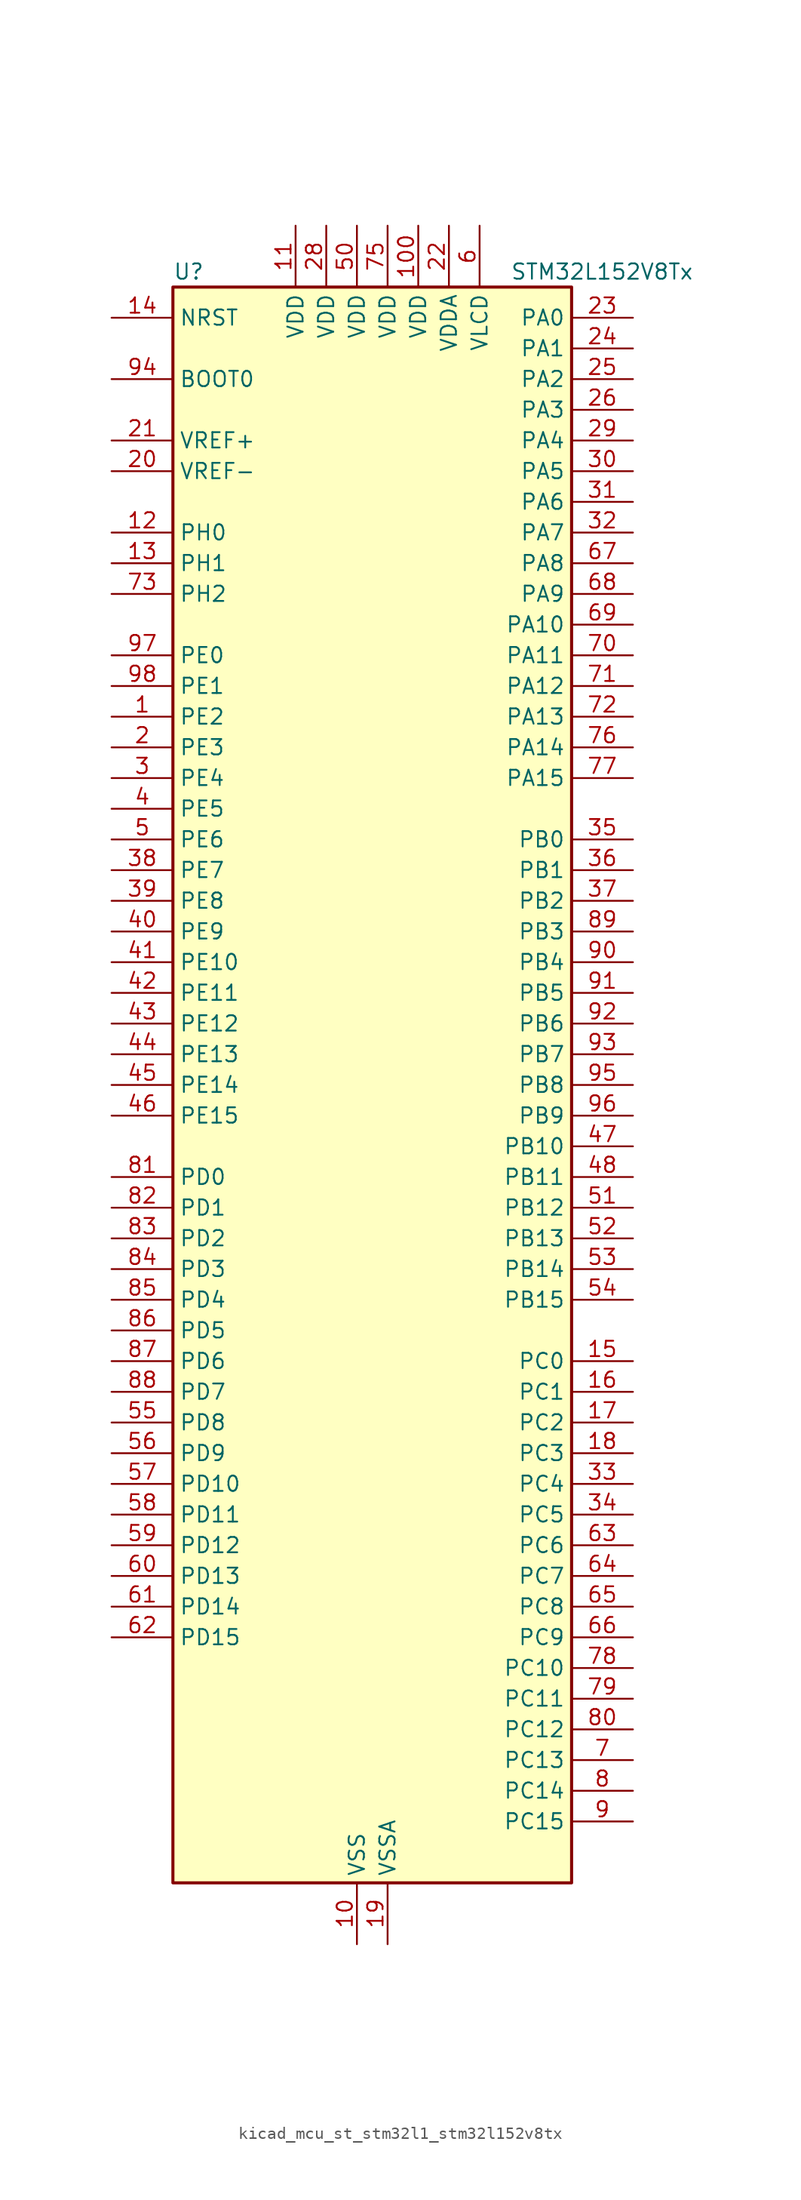
<source format=kicad_sym>
(kicad_symbol_lib
  (version 20220914)
  (generator kicad_symbol_editor)
  (symbol "kicad_mcu_st_stm32l1_stm32l152v8tx"
    (property "Reference" "U"
      (at -15.24 67.31 0)
      (effects (font (size 1.27 1.27)) (justify left)))
    (property "Value" "STM32L152V8Tx"
      (at 12.7 67.31 0)
      (effects (font (size 1.27 1.27)) (justify left)))
    (property "ki_locked" ""
      (at 0 0 0)
      (effects (font (size 1.27 1.27))))
    (symbol "kicad_mcu_st_stm32l1_stm32l152v8tx_0_1"
      (rectangle (start -15.24 -66.04) (end 17.78 66.04) (stroke (width 0.254) (type default)) (fill (type background))))
    (symbol "kicad_mcu_st_stm32l1_stm32l152v8tx_1_1"
      (pin bidirectional line (at -20.32 30.48 0) (length 5.08) (name "PE2" (effects (font (size 1.27 1.27)))) (number "1" (effects (font (size 1.27 1.27)))) (alternate "LCD_SEG38" bidirectional line) (alternate "SYS_TRACECK" bidirectional line) (alternate "TIM3_ETR" bidirectional line) (alternate "TIMX_IC3" bidirectional line))
      (pin power_in line (at 0 -71.12 90) (length 5.08) (name "VSS" (effects (font (size 1.27 1.27)))) (number "10" (effects (font (size 1.27 1.27)))))
      (pin power_in line (at 5.08 71.12 270) (length 5.08) (name "VDD" (effects (font (size 1.27 1.27)))) (number "100" (effects (font (size 1.27 1.27)))))
      (pin power_in line (at -5.08 71.12 270) (length 5.08) (name "VDD" (effects (font (size 1.27 1.27)))) (number "11" (effects (font (size 1.27 1.27)))))
      (pin bidirectional line (at -20.32 45.72 0) (length 5.08) (name "PH0" (effects (font (size 1.27 1.27)))) (number "12" (effects (font (size 1.27 1.27)))) (alternate "RCC_OSC_IN" bidirectional line))
      (pin bidirectional line (at -20.32 43.18 0) (length 5.08) (name "PH1" (effects (font (size 1.27 1.27)))) (number "13" (effects (font (size 1.27 1.27)))) (alternate "RCC_OSC_OUT" bidirectional line))
      (pin input line (at -20.32 63.5 0) (length 5.08) (name "NRST" (effects (font (size 1.27 1.27)))) (number "14" (effects (font (size 1.27 1.27)))))
      (pin bidirectional line (at 22.86 -22.86 180) (length 5.08) (name "PC0" (effects (font (size 1.27 1.27)))) (number "15" (effects (font (size 1.27 1.27)))) (alternate "ADC_IN10" bidirectional line) (alternate "COMP1_INP" bidirectional line) (alternate "LCD_SEG18" bidirectional line) (alternate "TIMX_IC1" bidirectional line) (alternate "TS_G8_IO1" bidirectional line))
      (pin bidirectional line (at 22.86 -25.4 180) (length 5.08) (name "PC1" (effects (font (size 1.27 1.27)))) (number "16" (effects (font (size 1.27 1.27)))) (alternate "ADC_IN11" bidirectional line) (alternate "COMP1_INP" bidirectional line) (alternate "LCD_SEG19" bidirectional line) (alternate "TIMX_IC2" bidirectional line) (alternate "TS_G8_IO2" bidirectional line))
      (pin bidirectional line (at 22.86 -27.94 180) (length 5.08) (name "PC2" (effects (font (size 1.27 1.27)))) (number "17" (effects (font (size 1.27 1.27)))) (alternate "ADC_IN12" bidirectional line) (alternate "COMP1_INP" bidirectional line) (alternate "LCD_SEG20" bidirectional line) (alternate "TIMX_IC3" bidirectional line) (alternate "TS_G8_IO3" bidirectional line))
      (pin bidirectional line (at 22.86 -30.48 180) (length 5.08) (name "PC3" (effects (font (size 1.27 1.27)))) (number "18" (effects (font (size 1.27 1.27)))) (alternate "ADC_IN13" bidirectional line) (alternate "COMP1_INP" bidirectional line) (alternate "LCD_SEG21" bidirectional line) (alternate "TIMX_IC4" bidirectional line) (alternate "TS_G8_IO4" bidirectional line))
      (pin power_in line (at 2.54 -71.12 90) (length 5.08) (name "VSSA" (effects (font (size 1.27 1.27)))) (number "19" (effects (font (size 1.27 1.27)))))
      (pin bidirectional line (at -20.32 27.94 0) (length 5.08) (name "PE3" (effects (font (size 1.27 1.27)))) (number "2" (effects (font (size 1.27 1.27)))) (alternate "LCD_SEG39" bidirectional line) (alternate "SYS_TRACED0" bidirectional line) (alternate "TIM3_CH1" bidirectional line) (alternate "TIMX_IC4" bidirectional line))
      (pin input line (at -20.32 50.8 0) (length 5.08) (name "VREF-" (effects (font (size 1.27 1.27)))) (number "20" (effects (font (size 1.27 1.27)))))
      (pin input line (at -20.32 53.34 0) (length 5.08) (name "VREF+" (effects (font (size 1.27 1.27)))) (number "21" (effects (font (size 1.27 1.27)))))
      (pin power_in line (at 7.62 71.12 270) (length 5.08) (name "VDDA" (effects (font (size 1.27 1.27)))) (number "22" (effects (font (size 1.27 1.27)))))
      (pin bidirectional line (at 22.86 63.5 180) (length 5.08) (name "PA0" (effects (font (size 1.27 1.27)))) (number "23" (effects (font (size 1.27 1.27)))) (alternate "ADC_IN0" bidirectional line) (alternate "COMP1_INP" bidirectional line) (alternate "SYS_WKUP1" bidirectional line) (alternate "TIM2_CH1" bidirectional line) (alternate "TIM2_ETR" bidirectional line) (alternate "TIMX_IC1" bidirectional line) (alternate "TS_G1_IO1" bidirectional line) (alternate "USART2_CTS" bidirectional line))
      (pin bidirectional line (at 22.86 60.96 180) (length 5.08) (name "PA1" (effects (font (size 1.27 1.27)))) (number "24" (effects (font (size 1.27 1.27)))) (alternate "ADC_IN1" bidirectional line) (alternate "COMP1_INP" bidirectional line) (alternate "LCD_SEG0" bidirectional line) (alternate "TIM2_CH2" bidirectional line) (alternate "TIMX_IC2" bidirectional line) (alternate "TS_G1_IO2" bidirectional line) (alternate "USART2_RTS" bidirectional line))
      (pin bidirectional line (at 22.86 58.42 180) (length 5.08) (name "PA2" (effects (font (size 1.27 1.27)))) (number "25" (effects (font (size 1.27 1.27)))) (alternate "ADC_IN2" bidirectional line) (alternate "COMP1_INP" bidirectional line) (alternate "LCD_SEG1" bidirectional line) (alternate "TIM2_CH3" bidirectional line) (alternate "TIM9_CH1" bidirectional line) (alternate "TIMX_IC3" bidirectional line) (alternate "TS_G1_IO3" bidirectional line) (alternate "USART2_TX" bidirectional line))
      (pin bidirectional line (at 22.86 55.88 180) (length 5.08) (name "PA3" (effects (font (size 1.27 1.27)))) (number "26" (effects (font (size 1.27 1.27)))) (alternate "ADC_IN3" bidirectional line) (alternate "COMP1_INP" bidirectional line) (alternate "LCD_SEG2" bidirectional line) (alternate "TIM2_CH4" bidirectional line) (alternate "TIM9_CH2" bidirectional line) (alternate "TIMX_IC4" bidirectional line) (alternate "TS_G1_IO4" bidirectional line) (alternate "USART2_RX" bidirectional line))
      (pin passive line (at 0 -71.12 90) (length 5.08) hide (name "VSS" (effects (font (size 1.27 1.27)))) (number "27" (effects (font (size 1.27 1.27)))))
      (pin power_in line (at -2.54 71.12 270) (length 5.08) (name "VDD" (effects (font (size 1.27 1.27)))) (number "28" (effects (font (size 1.27 1.27)))))
      (pin bidirectional line (at 22.86 53.34 180) (length 5.08) (name "PA4" (effects (font (size 1.27 1.27)))) (number "29" (effects (font (size 1.27 1.27)))) (alternate "ADC_IN4" bidirectional line) (alternate "COMP1_INP" bidirectional line) (alternate "DAC_OUT1" bidirectional line) (alternate "SPI1_NSS" bidirectional line) (alternate "TIMX_IC1" bidirectional line) (alternate "USART2_CK" bidirectional line))
      (pin bidirectional line (at -20.32 25.4 0) (length 5.08) (name "PE4" (effects (font (size 1.27 1.27)))) (number "3" (effects (font (size 1.27 1.27)))) (alternate "SYS_TRACED1" bidirectional line) (alternate "TIM3_CH2" bidirectional line) (alternate "TIMX_IC1" bidirectional line))
      (pin bidirectional line (at 22.86 50.8 180) (length 5.08) (name "PA5" (effects (font (size 1.27 1.27)))) (number "30" (effects (font (size 1.27 1.27)))) (alternate "ADC_IN5" bidirectional line) (alternate "COMP1_INP" bidirectional line) (alternate "DAC_OUT2" bidirectional line) (alternate "SPI1_SCK" bidirectional line) (alternate "TIM2_CH1" bidirectional line) (alternate "TIM2_ETR" bidirectional line) (alternate "TIMX_IC2" bidirectional line))
      (pin bidirectional line (at 22.86 48.26 180) (length 5.08) (name "PA6" (effects (font (size 1.27 1.27)))) (number "31" (effects (font (size 1.27 1.27)))) (alternate "ADC_IN6" bidirectional line) (alternate "COMP1_INP" bidirectional line) (alternate "LCD_SEG3" bidirectional line) (alternate "SPI1_MISO" bidirectional line) (alternate "TIM10_CH1" bidirectional line) (alternate "TIM3_CH1" bidirectional line) (alternate "TIMX_IC3" bidirectional line) (alternate "TS_G2_IO1" bidirectional line))
      (pin bidirectional line (at 22.86 45.72 180) (length 5.08) (name "PA7" (effects (font (size 1.27 1.27)))) (number "32" (effects (font (size 1.27 1.27)))) (alternate "ADC_IN7" bidirectional line) (alternate "COMP1_INP" bidirectional line) (alternate "LCD_SEG4" bidirectional line) (alternate "SPI1_MOSI" bidirectional line) (alternate "TIM11_CH1" bidirectional line) (alternate "TIM3_CH2" bidirectional line) (alternate "TIMX_IC4" bidirectional line) (alternate "TS_G2_IO2" bidirectional line))
      (pin bidirectional line (at 22.86 -33.02 180) (length 5.08) (name "PC4" (effects (font (size 1.27 1.27)))) (number "33" (effects (font (size 1.27 1.27)))) (alternate "ADC_IN14" bidirectional line) (alternate "COMP1_INP" bidirectional line) (alternate "LCD_SEG22" bidirectional line) (alternate "TIMX_IC1" bidirectional line) (alternate "TS_G9_IO1" bidirectional line))
      (pin bidirectional line (at 22.86 -35.56 180) (length 5.08) (name "PC5" (effects (font (size 1.27 1.27)))) (number "34" (effects (font (size 1.27 1.27)))) (alternate "ADC_IN15" bidirectional line) (alternate "COMP1_INP" bidirectional line) (alternate "LCD_SEG23" bidirectional line) (alternate "TIMX_IC2" bidirectional line) (alternate "TS_G9_IO2" bidirectional line))
      (pin bidirectional line (at 22.86 20.32 180) (length 5.08) (name "PB0" (effects (font (size 1.27 1.27)))) (number "35" (effects (font (size 1.27 1.27)))) (alternate "ADC_IN8" bidirectional line) (alternate "COMP1_INP" bidirectional line) (alternate "LCD_SEG5" bidirectional line) (alternate "SYS_V_REF_OUT" bidirectional line) (alternate "TIM3_CH3" bidirectional line) (alternate "TS_G3_IO1" bidirectional line))
      (pin bidirectional line (at 22.86 17.78 180) (length 5.08) (name "PB1" (effects (font (size 1.27 1.27)))) (number "36" (effects (font (size 1.27 1.27)))) (alternate "ADC_IN9" bidirectional line) (alternate "COMP1_INP" bidirectional line) (alternate "LCD_SEG6" bidirectional line) (alternate "SYS_V_REF_OUT" bidirectional line) (alternate "TIM3_CH4" bidirectional line) (alternate "TS_G3_IO2" bidirectional line))
      (pin bidirectional line (at 22.86 15.24 180) (length 5.08) (name "PB2" (effects (font (size 1.27 1.27)))) (number "37" (effects (font (size 1.27 1.27)))))
      (pin bidirectional line (at -20.32 17.78 0) (length 5.08) (name "PE7" (effects (font (size 1.27 1.27)))) (number "38" (effects (font (size 1.27 1.27)))) (alternate "ADC_IN22" bidirectional line) (alternate "COMP1_INP" bidirectional line) (alternate "TIMX_IC4" bidirectional line))
      (pin bidirectional line (at -20.32 15.24 0) (length 5.08) (name "PE8" (effects (font (size 1.27 1.27)))) (number "39" (effects (font (size 1.27 1.27)))) (alternate "ADC_IN23" bidirectional line) (alternate "COMP1_INP" bidirectional line) (alternate "TIMX_IC1" bidirectional line))
      (pin bidirectional line (at -20.32 22.86 0) (length 5.08) (name "PE5" (effects (font (size 1.27 1.27)))) (number "4" (effects (font (size 1.27 1.27)))) (alternate "SYS_TRACED2" bidirectional line) (alternate "TIM9_CH1" bidirectional line) (alternate "TIMX_IC2" bidirectional line))
      (pin bidirectional line (at -20.32 12.7 0) (length 5.08) (name "PE9" (effects (font (size 1.27 1.27)))) (number "40" (effects (font (size 1.27 1.27)))) (alternate "ADC_IN24" bidirectional line) (alternate "COMP1_INP" bidirectional line) (alternate "DAC_EXTI9" bidirectional line) (alternate "TIM2_CH1" bidirectional line) (alternate "TIM2_ETR" bidirectional line) (alternate "TIMX_IC2" bidirectional line))
      (pin bidirectional line (at -20.32 10.16 0) (length 5.08) (name "PE10" (effects (font (size 1.27 1.27)))) (number "41" (effects (font (size 1.27 1.27)))) (alternate "ADC_IN25" bidirectional line) (alternate "COMP1_INP" bidirectional line) (alternate "TIM2_CH2" bidirectional line) (alternate "TIMX_IC3" bidirectional line))
      (pin bidirectional line (at -20.32 7.62 0) (length 5.08) (name "PE11" (effects (font (size 1.27 1.27)))) (number "42" (effects (font (size 1.27 1.27)))) (alternate "ADC_EXTI11" bidirectional line) (alternate "TIM2_CH3" bidirectional line) (alternate "TIMX_IC4" bidirectional line))
      (pin bidirectional line (at -20.32 5.08 0) (length 5.08) (name "PE12" (effects (font (size 1.27 1.27)))) (number "43" (effects (font (size 1.27 1.27)))) (alternate "SPI1_NSS" bidirectional line) (alternate "TIM2_CH4" bidirectional line) (alternate "TIMX_IC1" bidirectional line))
      (pin bidirectional line (at -20.32 2.54 0) (length 5.08) (name "PE13" (effects (font (size 1.27 1.27)))) (number "44" (effects (font (size 1.27 1.27)))) (alternate "SPI1_SCK" bidirectional line) (alternate "TIMX_IC2" bidirectional line))
      (pin bidirectional line (at -20.32 0 0) (length 5.08) (name "PE14" (effects (font (size 1.27 1.27)))) (number "45" (effects (font (size 1.27 1.27)))) (alternate "SPI1_MISO" bidirectional line) (alternate "TIMX_IC3" bidirectional line))
      (pin bidirectional line (at -20.32 -2.54 0) (length 5.08) (name "PE15" (effects (font (size 1.27 1.27)))) (number "46" (effects (font (size 1.27 1.27)))) (alternate "ADC_EXTI15" bidirectional line) (alternate "SPI1_MOSI" bidirectional line) (alternate "TIMX_IC4" bidirectional line))
      (pin bidirectional line (at 22.86 -5.08 180) (length 5.08) (name "PB10" (effects (font (size 1.27 1.27)))) (number "47" (effects (font (size 1.27 1.27)))) (alternate "I2C2_SCL" bidirectional line) (alternate "LCD_SEG10" bidirectional line) (alternate "TIM2_CH3" bidirectional line) (alternate "USART3_TX" bidirectional line))
      (pin bidirectional line (at 22.86 -7.62 180) (length 5.08) (name "PB11" (effects (font (size 1.27 1.27)))) (number "48" (effects (font (size 1.27 1.27)))) (alternate "ADC_EXTI11" bidirectional line) (alternate "I2C2_SDA" bidirectional line) (alternate "LCD_SEG11" bidirectional line) (alternate "TIM2_CH4" bidirectional line) (alternate "USART3_RX" bidirectional line))
      (pin passive line (at 0 -71.12 90) (length 5.08) hide (name "VSS" (effects (font (size 1.27 1.27)))) (number "49" (effects (font (size 1.27 1.27)))))
      (pin bidirectional line (at -20.32 20.32 0) (length 5.08) (name "PE6" (effects (font (size 1.27 1.27)))) (number "5" (effects (font (size 1.27 1.27)))) (alternate "SYS_TRACED3" bidirectional line) (alternate "SYS_WKUP3" bidirectional line) (alternate "TIM9_CH2" bidirectional line) (alternate "TIMX_IC3" bidirectional line))
      (pin power_in line (at 0 71.12 270) (length 5.08) (name "VDD" (effects (font (size 1.27 1.27)))) (number "50" (effects (font (size 1.27 1.27)))))
      (pin bidirectional line (at 22.86 -10.16 180) (length 5.08) (name "PB12" (effects (font (size 1.27 1.27)))) (number "51" (effects (font (size 1.27 1.27)))) (alternate "ADC_IN18" bidirectional line) (alternate "COMP1_INP" bidirectional line) (alternate "I2C2_SMBA" bidirectional line) (alternate "LCD_SEG12" bidirectional line) (alternate "SPI2_NSS" bidirectional line) (alternate "TIM10_CH1" bidirectional line) (alternate "TS_G7_IO1" bidirectional line) (alternate "USART3_CK" bidirectional line))
      (pin bidirectional line (at 22.86 -12.7 180) (length 5.08) (name "PB13" (effects (font (size 1.27 1.27)))) (number "52" (effects (font (size 1.27 1.27)))) (alternate "ADC_IN19" bidirectional line) (alternate "COMP1_INP" bidirectional line) (alternate "LCD_SEG13" bidirectional line) (alternate "SPI2_SCK" bidirectional line) (alternate "TIM9_CH1" bidirectional line) (alternate "TS_G7_IO2" bidirectional line) (alternate "USART3_CTS" bidirectional line))
      (pin bidirectional line (at 22.86 -15.24 180) (length 5.08) (name "PB14" (effects (font (size 1.27 1.27)))) (number "53" (effects (font (size 1.27 1.27)))) (alternate "ADC_IN20" bidirectional line) (alternate "COMP1_INP" bidirectional line) (alternate "LCD_SEG14" bidirectional line) (alternate "SPI2_MISO" bidirectional line) (alternate "TIM9_CH2" bidirectional line) (alternate "TS_G7_IO3" bidirectional line) (alternate "USART3_RTS" bidirectional line))
      (pin bidirectional line (at 22.86 -17.78 180) (length 5.08) (name "PB15" (effects (font (size 1.27 1.27)))) (number "54" (effects (font (size 1.27 1.27)))) (alternate "ADC_EXTI15" bidirectional line) (alternate "ADC_IN21" bidirectional line) (alternate "COMP1_INP" bidirectional line) (alternate "LCD_SEG15" bidirectional line) (alternate "RTC_REFIN" bidirectional line) (alternate "SPI2_MOSI" bidirectional line) (alternate "TIM11_CH1" bidirectional line) (alternate "TS_G7_IO4" bidirectional line))
      (pin bidirectional line (at -20.32 -27.94 0) (length 5.08) (name "PD8" (effects (font (size 1.27 1.27)))) (number "55" (effects (font (size 1.27 1.27)))) (alternate "LCD_SEG28" bidirectional line) (alternate "TIMX_IC1" bidirectional line) (alternate "USART3_TX" bidirectional line))
      (pin bidirectional line (at -20.32 -30.48 0) (length 5.08) (name "PD9" (effects (font (size 1.27 1.27)))) (number "56" (effects (font (size 1.27 1.27)))) (alternate "DAC_EXTI9" bidirectional line) (alternate "LCD_SEG29" bidirectional line) (alternate "TIMX_IC2" bidirectional line) (alternate "USART3_RX" bidirectional line))
      (pin bidirectional line (at -20.32 -33.02 0) (length 5.08) (name "PD10" (effects (font (size 1.27 1.27)))) (number "57" (effects (font (size 1.27 1.27)))) (alternate "LCD_SEG30" bidirectional line) (alternate "TIMX_IC3" bidirectional line) (alternate "USART3_CK" bidirectional line))
      (pin bidirectional line (at -20.32 -35.56 0) (length 5.08) (name "PD11" (effects (font (size 1.27 1.27)))) (number "58" (effects (font (size 1.27 1.27)))) (alternate "ADC_EXTI11" bidirectional line) (alternate "LCD_SEG31" bidirectional line) (alternate "TIMX_IC4" bidirectional line) (alternate "USART3_CTS" bidirectional line))
      (pin bidirectional line (at -20.32 -38.1 0) (length 5.08) (name "PD12" (effects (font (size 1.27 1.27)))) (number "59" (effects (font (size 1.27 1.27)))) (alternate "LCD_SEG32" bidirectional line) (alternate "TIM4_CH1" bidirectional line) (alternate "TIMX_IC1" bidirectional line) (alternate "USART3_RTS" bidirectional line))
      (pin power_in line (at 10.16 71.12 270) (length 5.08) (name "VLCD" (effects (font (size 1.27 1.27)))) (number "6" (effects (font (size 1.27 1.27)))))
      (pin bidirectional line (at -20.32 -40.64 0) (length 5.08) (name "PD13" (effects (font (size 1.27 1.27)))) (number "60" (effects (font (size 1.27 1.27)))) (alternate "LCD_SEG33" bidirectional line) (alternate "TIM4_CH2" bidirectional line) (alternate "TIMX_IC2" bidirectional line))
      (pin bidirectional line (at -20.32 -43.18 0) (length 5.08) (name "PD14" (effects (font (size 1.27 1.27)))) (number "61" (effects (font (size 1.27 1.27)))) (alternate "LCD_SEG34" bidirectional line) (alternate "TIM4_CH3" bidirectional line) (alternate "TIMX_IC3" bidirectional line))
      (pin bidirectional line (at -20.32 -45.72 0) (length 5.08) (name "PD15" (effects (font (size 1.27 1.27)))) (number "62" (effects (font (size 1.27 1.27)))) (alternate "ADC_EXTI15" bidirectional line) (alternate "LCD_SEG35" bidirectional line) (alternate "TIM4_CH4" bidirectional line) (alternate "TIMX_IC4" bidirectional line))
      (pin bidirectional line (at 22.86 -38.1 180) (length 5.08) (name "PC6" (effects (font (size 1.27 1.27)))) (number "63" (effects (font (size 1.27 1.27)))) (alternate "LCD_SEG24" bidirectional line) (alternate "TIM3_CH1" bidirectional line) (alternate "TIMX_IC3" bidirectional line) (alternate "TS_G10_IO1" bidirectional line))
      (pin bidirectional line (at 22.86 -40.64 180) (length 5.08) (name "PC7" (effects (font (size 1.27 1.27)))) (number "64" (effects (font (size 1.27 1.27)))) (alternate "LCD_SEG25" bidirectional line) (alternate "TIM3_CH2" bidirectional line) (alternate "TIMX_IC4" bidirectional line) (alternate "TS_G10_IO2" bidirectional line))
      (pin bidirectional line (at 22.86 -43.18 180) (length 5.08) (name "PC8" (effects (font (size 1.27 1.27)))) (number "65" (effects (font (size 1.27 1.27)))) (alternate "LCD_SEG26" bidirectional line) (alternate "TIM3_CH3" bidirectional line) (alternate "TIMX_IC1" bidirectional line) (alternate "TS_G10_IO3" bidirectional line))
      (pin bidirectional line (at 22.86 -45.72 180) (length 5.08) (name "PC9" (effects (font (size 1.27 1.27)))) (number "66" (effects (font (size 1.27 1.27)))) (alternate "DAC_EXTI9" bidirectional line) (alternate "LCD_SEG27" bidirectional line) (alternate "TIM3_CH4" bidirectional line) (alternate "TIMX_IC2" bidirectional line) (alternate "TS_G10_IO4" bidirectional line))
      (pin bidirectional line (at 22.86 43.18 180) (length 5.08) (name "PA8" (effects (font (size 1.27 1.27)))) (number "67" (effects (font (size 1.27 1.27)))) (alternate "LCD_COM0" bidirectional line) (alternate "RCC_MCO" bidirectional line) (alternate "TIMX_IC1" bidirectional line) (alternate "TS_G4_IO1" bidirectional line) (alternate "USART1_CK" bidirectional line))
      (pin bidirectional line (at 22.86 40.64 180) (length 5.08) (name "PA9" (effects (font (size 1.27 1.27)))) (number "68" (effects (font (size 1.27 1.27)))) (alternate "DAC_EXTI9" bidirectional line) (alternate "LCD_COM1" bidirectional line) (alternate "TIMX_IC2" bidirectional line) (alternate "TS_G4_IO2" bidirectional line) (alternate "USART1_TX" bidirectional line))
      (pin bidirectional line (at 22.86 38.1 180) (length 5.08) (name "PA10" (effects (font (size 1.27 1.27)))) (number "69" (effects (font (size 1.27 1.27)))) (alternate "LCD_COM2" bidirectional line) (alternate "TIMX_IC3" bidirectional line) (alternate "TS_G4_IO3" bidirectional line) (alternate "USART1_RX" bidirectional line))
      (pin bidirectional line (at 22.86 -55.88 180) (length 5.08) (name "PC13" (effects (font (size 1.27 1.27)))) (number "7" (effects (font (size 1.27 1.27)))) (alternate "RTC_OUT_ALARM" bidirectional line) (alternate "RTC_OUT_CALIB" bidirectional line) (alternate "RTC_TAMP1" bidirectional line) (alternate "RTC_TS" bidirectional line) (alternate "SYS_WKUP2" bidirectional line) (alternate "TIMX_IC2" bidirectional line))
      (pin bidirectional line (at 22.86 35.56 180) (length 5.08) (name "PA11" (effects (font (size 1.27 1.27)))) (number "70" (effects (font (size 1.27 1.27)))) (alternate "ADC_EXTI11" bidirectional line) (alternate "SPI1_MISO" bidirectional line) (alternate "TIMX_IC4" bidirectional line) (alternate "USART1_CTS" bidirectional line) (alternate "USB_DM" bidirectional line))
      (pin bidirectional line (at 22.86 33.02 180) (length 5.08) (name "PA12" (effects (font (size 1.27 1.27)))) (number "71" (effects (font (size 1.27 1.27)))) (alternate "SPI1_MOSI" bidirectional line) (alternate "TIMX_IC1" bidirectional line) (alternate "USART1_RTS" bidirectional line) (alternate "USB_DP" bidirectional line))
      (pin bidirectional line (at 22.86 30.48 180) (length 5.08) (name "PA13" (effects (font (size 1.27 1.27)))) (number "72" (effects (font (size 1.27 1.27)))) (alternate "SYS_JTMS-SWDIO" bidirectional line) (alternate "TIMX_IC2" bidirectional line) (alternate "TS_G5_IO1" bidirectional line))
      (pin bidirectional line (at -20.32 40.64 0) (length 5.08) (name "PH2" (effects (font (size 1.27 1.27)))) (number "73" (effects (font (size 1.27 1.27)))))
      (pin passive line (at 0 -71.12 90) (length 5.08) hide (name "VSS" (effects (font (size 1.27 1.27)))) (number "74" (effects (font (size 1.27 1.27)))))
      (pin power_in line (at 2.54 71.12 270) (length 5.08) (name "VDD" (effects (font (size 1.27 1.27)))) (number "75" (effects (font (size 1.27 1.27)))))
      (pin bidirectional line (at 22.86 27.94 180) (length 5.08) (name "PA14" (effects (font (size 1.27 1.27)))) (number "76" (effects (font (size 1.27 1.27)))) (alternate "SYS_JTCK-SWCLK" bidirectional line) (alternate "TIMX_IC3" bidirectional line) (alternate "TS_G5_IO2" bidirectional line))
      (pin bidirectional line (at 22.86 25.4 180) (length 5.08) (name "PA15" (effects (font (size 1.27 1.27)))) (number "77" (effects (font (size 1.27 1.27)))) (alternate "ADC_EXTI15" bidirectional line) (alternate "LCD_SEG17" bidirectional line) (alternate "SPI1_NSS" bidirectional line) (alternate "SYS_JTDI" bidirectional line) (alternate "TIM2_CH1" bidirectional line) (alternate "TIM2_ETR" bidirectional line) (alternate "TIMX_IC4" bidirectional line) (alternate "TS_G5_IO3" bidirectional line))
      (pin bidirectional line (at 22.86 -48.26 180) (length 5.08) (name "PC10" (effects (font (size 1.27 1.27)))) (number "78" (effects (font (size 1.27 1.27)))) (alternate "LCD_COM4" bidirectional line) (alternate "LCD_SEG28" bidirectional line) (alternate "LCD_SEG40" bidirectional line) (alternate "TIMX_IC3" bidirectional line) (alternate "USART3_TX" bidirectional line))
      (pin bidirectional line (at 22.86 -50.8 180) (length 5.08) (name "PC11" (effects (font (size 1.27 1.27)))) (number "79" (effects (font (size 1.27 1.27)))) (alternate "ADC_EXTI11" bidirectional line) (alternate "LCD_COM5" bidirectional line) (alternate "LCD_SEG29" bidirectional line) (alternate "LCD_SEG41" bidirectional line) (alternate "TIMX_IC4" bidirectional line) (alternate "USART3_RX" bidirectional line))
      (pin bidirectional line (at 22.86 -58.42 180) (length 5.08) (name "PC14" (effects (font (size 1.27 1.27)))) (number "8" (effects (font (size 1.27 1.27)))) (alternate "RCC_OSC32_IN" bidirectional line) (alternate "TIMX_IC3" bidirectional line))
      (pin bidirectional line (at 22.86 -53.34 180) (length 5.08) (name "PC12" (effects (font (size 1.27 1.27)))) (number "80" (effects (font (size 1.27 1.27)))) (alternate "LCD_COM6" bidirectional line) (alternate "LCD_SEG30" bidirectional line) (alternate "LCD_SEG42" bidirectional line) (alternate "TIMX_IC1" bidirectional line) (alternate "USART3_CK" bidirectional line))
      (pin bidirectional line (at -20.32 -7.62 0) (length 5.08) (name "PD0" (effects (font (size 1.27 1.27)))) (number "81" (effects (font (size 1.27 1.27)))) (alternate "SPI2_NSS" bidirectional line) (alternate "TIM9_CH1" bidirectional line) (alternate "TIMX_IC1" bidirectional line))
      (pin bidirectional line (at -20.32 -10.16 0) (length 5.08) (name "PD1" (effects (font (size 1.27 1.27)))) (number "82" (effects (font (size 1.27 1.27)))) (alternate "SPI2_SCK" bidirectional line) (alternate "TIMX_IC2" bidirectional line))
      (pin bidirectional line (at -20.32 -12.7 0) (length 5.08) (name "PD2" (effects (font (size 1.27 1.27)))) (number "83" (effects (font (size 1.27 1.27)))) (alternate "LCD_COM7" bidirectional line) (alternate "LCD_SEG31" bidirectional line) (alternate "LCD_SEG43" bidirectional line) (alternate "TIM3_ETR" bidirectional line) (alternate "TIMX_IC3" bidirectional line))
      (pin bidirectional line (at -20.32 -15.24 0) (length 5.08) (name "PD3" (effects (font (size 1.27 1.27)))) (number "84" (effects (font (size 1.27 1.27)))) (alternate "SPI2_MISO" bidirectional line) (alternate "TIMX_IC4" bidirectional line) (alternate "USART2_CTS" bidirectional line))
      (pin bidirectional line (at -20.32 -17.78 0) (length 5.08) (name "PD4" (effects (font (size 1.27 1.27)))) (number "85" (effects (font (size 1.27 1.27)))) (alternate "SPI2_MOSI" bidirectional line) (alternate "TIMX_IC1" bidirectional line) (alternate "USART2_RTS" bidirectional line))
      (pin bidirectional line (at -20.32 -20.32 0) (length 5.08) (name "PD5" (effects (font (size 1.27 1.27)))) (number "86" (effects (font (size 1.27 1.27)))) (alternate "TIMX_IC2" bidirectional line) (alternate "USART2_TX" bidirectional line))
      (pin bidirectional line (at -20.32 -22.86 0) (length 5.08) (name "PD6" (effects (font (size 1.27 1.27)))) (number "87" (effects (font (size 1.27 1.27)))) (alternate "TIMX_IC3" bidirectional line) (alternate "USART2_RX" bidirectional line))
      (pin bidirectional line (at -20.32 -25.4 0) (length 5.08) (name "PD7" (effects (font (size 1.27 1.27)))) (number "88" (effects (font (size 1.27 1.27)))) (alternate "TIM9_CH2" bidirectional line) (alternate "TIMX_IC4" bidirectional line) (alternate "USART2_CK" bidirectional line))
      (pin bidirectional line (at 22.86 12.7 180) (length 5.08) (name "PB3" (effects (font (size 1.27 1.27)))) (number "89" (effects (font (size 1.27 1.27)))) (alternate "COMP2_INM" bidirectional line) (alternate "LCD_SEG7" bidirectional line) (alternate "SPI1_SCK" bidirectional line) (alternate "SYS_JTDO-TRACESWO" bidirectional line) (alternate "TIM2_CH2" bidirectional line))
      (pin bidirectional line (at 22.86 -60.96 180) (length 5.08) (name "PC15" (effects (font (size 1.27 1.27)))) (number "9" (effects (font (size 1.27 1.27)))) (alternate "ADC_EXTI15" bidirectional line) (alternate "RCC_OSC32_OUT" bidirectional line) (alternate "TIMX_IC4" bidirectional line))
      (pin bidirectional line (at 22.86 10.16 180) (length 5.08) (name "PB4" (effects (font (size 1.27 1.27)))) (number "90" (effects (font (size 1.27 1.27)))) (alternate "COMP2_INP" bidirectional line) (alternate "LCD_SEG8" bidirectional line) (alternate "SPI1_MISO" bidirectional line) (alternate "SYS_JTRST" bidirectional line) (alternate "TIM3_CH1" bidirectional line) (alternate "TS_G6_IO1" bidirectional line))
      (pin bidirectional line (at 22.86 7.62 180) (length 5.08) (name "PB5" (effects (font (size 1.27 1.27)))) (number "91" (effects (font (size 1.27 1.27)))) (alternate "COMP2_INP" bidirectional line) (alternate "I2C1_SMBA" bidirectional line) (alternate "LCD_SEG9" bidirectional line) (alternate "SPI1_MOSI" bidirectional line) (alternate "TIM3_CH2" bidirectional line) (alternate "TS_G6_IO2" bidirectional line))
      (pin bidirectional line (at 22.86 5.08 180) (length 5.08) (name "PB6" (effects (font (size 1.27 1.27)))) (number "92" (effects (font (size 1.27 1.27)))) (alternate "I2C1_SCL" bidirectional line) (alternate "TIM4_CH1" bidirectional line) (alternate "USART1_TX" bidirectional line))
      (pin bidirectional line (at 22.86 2.54 180) (length 5.08) (name "PB7" (effects (font (size 1.27 1.27)))) (number "93" (effects (font (size 1.27 1.27)))) (alternate "I2C1_SDA" bidirectional line) (alternate "SYS_PVD_IN" bidirectional line) (alternate "TIM4_CH2" bidirectional line) (alternate "USART1_RX" bidirectional line))
      (pin input line (at -20.32 58.42 0) (length 5.08) (name "BOOT0" (effects (font (size 1.27 1.27)))) (number "94" (effects (font (size 1.27 1.27)))))
      (pin bidirectional line (at 22.86 0 180) (length 5.08) (name "PB8" (effects (font (size 1.27 1.27)))) (number "95" (effects (font (size 1.27 1.27)))) (alternate "I2C1_SCL" bidirectional line) (alternate "LCD_SEG16" bidirectional line) (alternate "TIM10_CH1" bidirectional line) (alternate "TIM4_CH3" bidirectional line))
      (pin bidirectional line (at 22.86 -2.54 180) (length 5.08) (name "PB9" (effects (font (size 1.27 1.27)))) (number "96" (effects (font (size 1.27 1.27)))) (alternate "DAC_EXTI9" bidirectional line) (alternate "I2C1_SDA" bidirectional line) (alternate "LCD_COM3" bidirectional line) (alternate "TIM11_CH1" bidirectional line) (alternate "TIM4_CH4" bidirectional line))
      (pin bidirectional line (at -20.32 35.56 0) (length 5.08) (name "PE0" (effects (font (size 1.27 1.27)))) (number "97" (effects (font (size 1.27 1.27)))) (alternate "LCD_SEG36" bidirectional line) (alternate "TIM10_CH1" bidirectional line) (alternate "TIM4_ETR" bidirectional line) (alternate "TIMX_IC1" bidirectional line))
      (pin bidirectional line (at -20.32 33.02 0) (length 5.08) (name "PE1" (effects (font (size 1.27 1.27)))) (number "98" (effects (font (size 1.27 1.27)))) (alternate "LCD_SEG37" bidirectional line) (alternate "TIM11_CH1" bidirectional line) (alternate "TIMX_IC2" bidirectional line))
      (pin passive line (at 0 -71.12 90) (length 5.08) hide (name "VSS" (effects (font (size 1.27 1.27)))) (number "99" (effects (font (size 1.27 1.27))))))))
</source>
